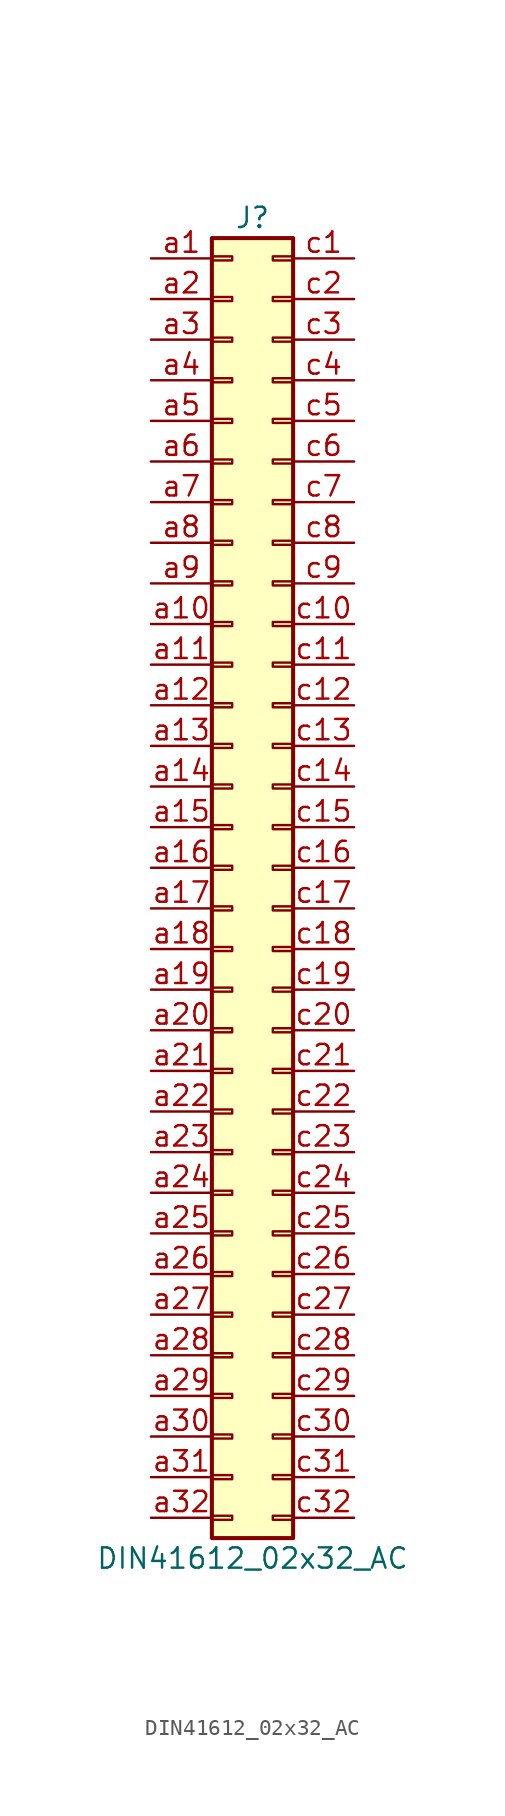
<source format=kicad_sym>
(kicad_symbol_lib
  (version 20220914)
  (generator kicad_symbol_editor)
  (symbol "DIN41612_02x32_AC"
    (pin_names
      (offset 1.016) hide)
    (property "Reference" "J"
      (at 1.27 40.64 0)
      (effects (font (size 1.27 1.27))))
    (property "Value" "DIN41612_02x32_AC"
      (at 1.27 -43.18 0)
      (effects (font (size 1.27 1.27))))
    (symbol "DIN41612_02x32_AC_1_1"
      (rectangle (start -1.27 -40.513) (end 0 -40.767) (stroke (width 0.152) (type default)) (fill (type none)))
      (rectangle (start -1.27 -37.973) (end 0 -38.227) (stroke (width 0.152) (type default)) (fill (type none)))
      (rectangle (start -1.27 -35.433) (end 0 -35.687) (stroke (width 0.152) (type default)) (fill (type none)))
      (rectangle (start -1.27 -32.893) (end 0 -33.147) (stroke (width 0.152) (type default)) (fill (type none)))
      (rectangle (start -1.27 -30.353) (end 0 -30.607) (stroke (width 0.152) (type default)) (fill (type none)))
      (rectangle (start -1.27 -27.813) (end 0 -28.067) (stroke (width 0.152) (type default)) (fill (type none)))
      (rectangle (start -1.27 -25.273) (end 0 -25.527) (stroke (width 0.152) (type default)) (fill (type none)))
      (rectangle (start -1.27 -22.733) (end 0 -22.987) (stroke (width 0.152) (type default)) (fill (type none)))
      (rectangle (start -1.27 -20.193) (end 0 -20.447) (stroke (width 0.152) (type default)) (fill (type none)))
      (rectangle (start -1.27 -17.653) (end 0 -17.907) (stroke (width 0.152) (type default)) (fill (type none)))
      (rectangle (start -1.27 -15.113) (end 0 -15.367) (stroke (width 0.152) (type default)) (fill (type none)))
      (rectangle (start -1.27 -12.573) (end 0 -12.827) (stroke (width 0.152) (type default)) (fill (type none)))
      (rectangle (start -1.27 -10.033) (end 0 -10.287) (stroke (width 0.152) (type default)) (fill (type none)))
      (rectangle (start -1.27 -7.493) (end 0 -7.747) (stroke (width 0.152) (type default)) (fill (type none)))
      (rectangle (start -1.27 -4.953) (end 0 -5.207) (stroke (width 0.152) (type default)) (fill (type none)))
      (rectangle (start -1.27 -2.413) (end 0 -2.667) (stroke (width 0.152) (type default)) (fill (type none)))
      (rectangle (start -1.27 0.127) (end 0 -0.127) (stroke (width 0.152) (type default)) (fill (type none)))
      (rectangle (start -1.27 2.667) (end 0 2.413) (stroke (width 0.152) (type default)) (fill (type none)))
      (rectangle (start -1.27 5.207) (end 0 4.953) (stroke (width 0.152) (type default)) (fill (type none)))
      (rectangle (start -1.27 7.747) (end 0 7.493) (stroke (width 0.152) (type default)) (fill (type none)))
      (rectangle (start -1.27 10.287) (end 0 10.033) (stroke (width 0.152) (type default)) (fill (type none)))
      (rectangle (start -1.27 12.827) (end 0 12.573) (stroke (width 0.152) (type default)) (fill (type none)))
      (rectangle (start -1.27 15.367) (end 0 15.113) (stroke (width 0.152) (type default)) (fill (type none)))
      (rectangle (start -1.27 17.907) (end 0 17.653) (stroke (width 0.152) (type default)) (fill (type none)))
      (rectangle (start -1.27 20.447) (end 0 20.193) (stroke (width 0.152) (type default)) (fill (type none)))
      (rectangle (start -1.27 22.987) (end 0 22.733) (stroke (width 0.152) (type default)) (fill (type none)))
      (rectangle (start -1.27 25.527) (end 0 25.273) (stroke (width 0.152) (type default)) (fill (type none)))
      (rectangle (start -1.27 28.067) (end 0 27.813) (stroke (width 0.152) (type default)) (fill (type none)))
      (rectangle (start -1.27 30.607) (end 0 30.353) (stroke (width 0.152) (type default)) (fill (type none)))
      (rectangle (start -1.27 33.147) (end 0 32.893) (stroke (width 0.152) (type default)) (fill (type none)))
      (rectangle (start -1.27 35.687) (end 0 35.433) (stroke (width 0.152) (type default)) (fill (type none)))
      (rectangle (start -1.27 38.227) (end 0 37.973) (stroke (width 0.152) (type default)) (fill (type none)))
      (rectangle (start -1.27 39.37) (end 3.81 -41.91) (stroke (width 0.254) (type default)) (fill (type background)))
      (rectangle (start 3.81 -40.513) (end 2.54 -40.767) (stroke (width 0.152) (type default)) (fill (type none)))
      (rectangle (start 3.81 -37.973) (end 2.54 -38.227) (stroke (width 0.152) (type default)) (fill (type none)))
      (rectangle (start 3.81 -35.433) (end 2.54 -35.687) (stroke (width 0.152) (type default)) (fill (type none)))
      (rectangle (start 3.81 -32.893) (end 2.54 -33.147) (stroke (width 0.152) (type default)) (fill (type none)))
      (rectangle (start 3.81 -30.353) (end 2.54 -30.607) (stroke (width 0.152) (type default)) (fill (type none)))
      (rectangle (start 3.81 -27.813) (end 2.54 -28.067) (stroke (width 0.152) (type default)) (fill (type none)))
      (rectangle (start 3.81 -25.273) (end 2.54 -25.527) (stroke (width 0.152) (type default)) (fill (type none)))
      (rectangle (start 3.81 -22.733) (end 2.54 -22.987) (stroke (width 0.152) (type default)) (fill (type none)))
      (rectangle (start 3.81 -20.193) (end 2.54 -20.447) (stroke (width 0.152) (type default)) (fill (type none)))
      (rectangle (start 3.81 -17.653) (end 2.54 -17.907) (stroke (width 0.152) (type default)) (fill (type none)))
      (rectangle (start 3.81 -15.113) (end 2.54 -15.367) (stroke (width 0.152) (type default)) (fill (type none)))
      (rectangle (start 3.81 -12.573) (end 2.54 -12.827) (stroke (width 0.152) (type default)) (fill (type none)))
      (rectangle (start 3.81 -10.033) (end 2.54 -10.287) (stroke (width 0.152) (type default)) (fill (type none)))
      (rectangle (start 3.81 -7.493) (end 2.54 -7.747) (stroke (width 0.152) (type default)) (fill (type none)))
      (rectangle (start 3.81 -4.953) (end 2.54 -5.207) (stroke (width 0.152) (type default)) (fill (type none)))
      (rectangle (start 3.81 -2.413) (end 2.54 -2.667) (stroke (width 0.152) (type default)) (fill (type none)))
      (rectangle (start 3.81 0.127) (end 2.54 -0.127) (stroke (width 0.152) (type default)) (fill (type none)))
      (rectangle (start 3.81 2.667) (end 2.54 2.413) (stroke (width 0.152) (type default)) (fill (type none)))
      (rectangle (start 3.81 5.207) (end 2.54 4.953) (stroke (width 0.152) (type default)) (fill (type none)))
      (rectangle (start 3.81 7.747) (end 2.54 7.493) (stroke (width 0.152) (type default)) (fill (type none)))
      (rectangle (start 3.81 10.287) (end 2.54 10.033) (stroke (width 0.152) (type default)) (fill (type none)))
      (rectangle (start 3.81 12.827) (end 2.54 12.573) (stroke (width 0.152) (type default)) (fill (type none)))
      (rectangle (start 3.81 15.367) (end 2.54 15.113) (stroke (width 0.152) (type default)) (fill (type none)))
      (rectangle (start 3.81 17.907) (end 2.54 17.653) (stroke (width 0.152) (type default)) (fill (type none)))
      (rectangle (start 3.81 20.447) (end 2.54 20.193) (stroke (width 0.152) (type default)) (fill (type none)))
      (rectangle (start 3.81 22.987) (end 2.54 22.733) (stroke (width 0.152) (type default)) (fill (type none)))
      (rectangle (start 3.81 25.527) (end 2.54 25.273) (stroke (width 0.152) (type default)) (fill (type none)))
      (rectangle (start 3.81 28.067) (end 2.54 27.813) (stroke (width 0.152) (type default)) (fill (type none)))
      (rectangle (start 3.81 30.607) (end 2.54 30.353) (stroke (width 0.152) (type default)) (fill (type none)))
      (rectangle (start 3.81 33.147) (end 2.54 32.893) (stroke (width 0.152) (type default)) (fill (type none)))
      (rectangle (start 3.81 35.687) (end 2.54 35.433) (stroke (width 0.152) (type default)) (fill (type none)))
      (rectangle (start 3.81 38.227) (end 2.54 37.973) (stroke (width 0.152) (type default)) (fill (type none)))
      (pin passive line (at -5.08 38.1 0) (length 3.81) (name "Pin_a1" (effects (font (size 1.27 1.27)))) (number "a1" (effects (font (size 1.27 1.27)))))
      (pin passive line (at -5.08 15.24 0) (length 3.81) (name "Pin_a10" (effects (font (size 1.27 1.27)))) (number "a10" (effects (font (size 1.27 1.27)))))
      (pin passive line (at -5.08 12.7 0) (length 3.81) (name "Pin_a11" (effects (font (size 1.27 1.27)))) (number "a11" (effects (font (size 1.27 1.27)))))
      (pin passive line (at -5.08 10.16 0) (length 3.81) (name "Pin_a12" (effects (font (size 1.27 1.27)))) (number "a12" (effects (font (size 1.27 1.27)))))
      (pin passive line (at -5.08 7.62 0) (length 3.81) (name "Pin_a13" (effects (font (size 1.27 1.27)))) (number "a13" (effects (font (size 1.27 1.27)))))
      (pin passive line (at -5.08 5.08 0) (length 3.81) (name "Pin_a14" (effects (font (size 1.27 1.27)))) (number "a14" (effects (font (size 1.27 1.27)))))
      (pin passive line (at -5.08 2.54 0) (length 3.81) (name "Pin_a15" (effects (font (size 1.27 1.27)))) (number "a15" (effects (font (size 1.27 1.27)))))
      (pin passive line (at -5.08 0 0) (length 3.81) (name "Pin_a16" (effects (font (size 1.27 1.27)))) (number "a16" (effects (font (size 1.27 1.27)))))
      (pin passive line (at -5.08 -2.54 0) (length 3.81) (name "Pin_a17" (effects (font (size 1.27 1.27)))) (number "a17" (effects (font (size 1.27 1.27)))))
      (pin passive line (at -5.08 -5.08 0) (length 3.81) (name "Pin_a18" (effects (font (size 1.27 1.27)))) (number "a18" (effects (font (size 1.27 1.27)))))
      (pin passive line (at -5.08 -7.62 0) (length 3.81) (name "Pin_a19" (effects (font (size 1.27 1.27)))) (number "a19" (effects (font (size 1.27 1.27)))))
      (pin passive line (at -5.08 35.56 0) (length 3.81) (name "Pin_a2" (effects (font (size 1.27 1.27)))) (number "a2" (effects (font (size 1.27 1.27)))))
      (pin passive line (at -5.08 -10.16 0) (length 3.81) (name "Pin_a20" (effects (font (size 1.27 1.27)))) (number "a20" (effects (font (size 1.27 1.27)))))
      (pin passive line (at -5.08 -12.7 0) (length 3.81) (name "Pin_a21" (effects (font (size 1.27 1.27)))) (number "a21" (effects (font (size 1.27 1.27)))))
      (pin passive line (at -5.08 -15.24 0) (length 3.81) (name "Pin_a22" (effects (font (size 1.27 1.27)))) (number "a22" (effects (font (size 1.27 1.27)))))
      (pin passive line (at -5.08 -17.78 0) (length 3.81) (name "Pin_a23" (effects (font (size 1.27 1.27)))) (number "a23" (effects (font (size 1.27 1.27)))))
      (pin passive line (at -5.08 -20.32 0) (length 3.81) (name "Pin_a24" (effects (font (size 1.27 1.27)))) (number "a24" (effects (font (size 1.27 1.27)))))
      (pin passive line (at -5.08 -22.86 0) (length 3.81) (name "Pin_a25" (effects (font (size 1.27 1.27)))) (number "a25" (effects (font (size 1.27 1.27)))))
      (pin passive line (at -5.08 -25.4 0) (length 3.81) (name "Pin_a26" (effects (font (size 1.27 1.27)))) (number "a26" (effects (font (size 1.27 1.27)))))
      (pin passive line (at -5.08 -27.94 0) (length 3.81) (name "Pin_a27" (effects (font (size 1.27 1.27)))) (number "a27" (effects (font (size 1.27 1.27)))))
      (pin passive line (at -5.08 -30.48 0) (length 3.81) (name "Pin_a28" (effects (font (size 1.27 1.27)))) (number "a28" (effects (font (size 1.27 1.27)))))
      (pin passive line (at -5.08 -33.02 0) (length 3.81) (name "Pin_a29" (effects (font (size 1.27 1.27)))) (number "a29" (effects (font (size 1.27 1.27)))))
      (pin passive line (at -5.08 33.02 0) (length 3.81) (name "Pin_a3" (effects (font (size 1.27 1.27)))) (number "a3" (effects (font (size 1.27 1.27)))))
      (pin passive line (at -5.08 -35.56 0) (length 3.81) (name "Pin_a30" (effects (font (size 1.27 1.27)))) (number "a30" (effects (font (size 1.27 1.27)))))
      (pin passive line (at -5.08 -38.1 0) (length 3.81) (name "Pin_a31" (effects (font (size 1.27 1.27)))) (number "a31" (effects (font (size 1.27 1.27)))))
      (pin passive line (at -5.08 -40.64 0) (length 3.81) (name "Pin_a32" (effects (font (size 1.27 1.27)))) (number "a32" (effects (font (size 1.27 1.27)))))
      (pin passive line (at -5.08 30.48 0) (length 3.81) (name "Pin_a4" (effects (font (size 1.27 1.27)))) (number "a4" (effects (font (size 1.27 1.27)))))
      (pin passive line (at -5.08 27.94 0) (length 3.81) (name "Pin_a5" (effects (font (size 1.27 1.27)))) (number "a5" (effects (font (size 1.27 1.27)))))
      (pin passive line (at -5.08 25.4 0) (length 3.81) (name "Pin_a6" (effects (font (size 1.27 1.27)))) (number "a6" (effects (font (size 1.27 1.27)))))
      (pin passive line (at -5.08 22.86 0) (length 3.81) (name "Pin_a7" (effects (font (size 1.27 1.27)))) (number "a7" (effects (font (size 1.27 1.27)))))
      (pin passive line (at -5.08 20.32 0) (length 3.81) (name "Pin_a8" (effects (font (size 1.27 1.27)))) (number "a8" (effects (font (size 1.27 1.27)))))
      (pin passive line (at -5.08 17.78 0) (length 3.81) (name "Pin_a9" (effects (font (size 1.27 1.27)))) (number "a9" (effects (font (size 1.27 1.27)))))
      (pin passive line (at 7.62 38.1 180) (length 3.81) (name "Pin_c1" (effects (font (size 1.27 1.27)))) (number "c1" (effects (font (size 1.27 1.27)))))
      (pin passive line (at 7.62 15.24 180) (length 3.81) (name "Pin_c10" (effects (font (size 1.27 1.27)))) (number "c10" (effects (font (size 1.27 1.27)))))
      (pin passive line (at 7.62 12.7 180) (length 3.81) (name "Pin_c11" (effects (font (size 1.27 1.27)))) (number "c11" (effects (font (size 1.27 1.27)))))
      (pin passive line (at 7.62 10.16 180) (length 3.81) (name "Pin_c12" (effects (font (size 1.27 1.27)))) (number "c12" (effects (font (size 1.27 1.27)))))
      (pin passive line (at 7.62 7.62 180) (length 3.81) (name "Pin_c13" (effects (font (size 1.27 1.27)))) (number "c13" (effects (font (size 1.27 1.27)))))
      (pin passive line (at 7.62 5.08 180) (length 3.81) (name "Pin_c14" (effects (font (size 1.27 1.27)))) (number "c14" (effects (font (size 1.27 1.27)))))
      (pin passive line (at 7.62 2.54 180) (length 3.81) (name "Pin_c15" (effects (font (size 1.27 1.27)))) (number "c15" (effects (font (size 1.27 1.27)))))
      (pin passive line (at 7.62 0 180) (length 3.81) (name "Pin_c16" (effects (font (size 1.27 1.27)))) (number "c16" (effects (font (size 1.27 1.27)))))
      (pin passive line (at 7.62 -2.54 180) (length 3.81) (name "Pin_c17" (effects (font (size 1.27 1.27)))) (number "c17" (effects (font (size 1.27 1.27)))))
      (pin passive line (at 7.62 -5.08 180) (length 3.81) (name "Pin_c18" (effects (font (size 1.27 1.27)))) (number "c18" (effects (font (size 1.27 1.27)))))
      (pin passive line (at 7.62 -7.62 180) (length 3.81) (name "Pin_c19" (effects (font (size 1.27 1.27)))) (number "c19" (effects (font (size 1.27 1.27)))))
      (pin passive line (at 7.62 35.56 180) (length 3.81) (name "Pin_c2" (effects (font (size 1.27 1.27)))) (number "c2" (effects (font (size 1.27 1.27)))))
      (pin passive line (at 7.62 -10.16 180) (length 3.81) (name "Pin_c20" (effects (font (size 1.27 1.27)))) (number "c20" (effects (font (size 1.27 1.27)))))
      (pin passive line (at 7.62 -12.7 180) (length 3.81) (name "Pin_c21" (effects (font (size 1.27 1.27)))) (number "c21" (effects (font (size 1.27 1.27)))))
      (pin passive line (at 7.62 -15.24 180) (length 3.81) (name "Pin_c22" (effects (font (size 1.27 1.27)))) (number "c22" (effects (font (size 1.27 1.27)))))
      (pin passive line (at 7.62 -17.78 180) (length 3.81) (name "Pin_c23" (effects (font (size 1.27 1.27)))) (number "c23" (effects (font (size 1.27 1.27)))))
      (pin passive line (at 7.62 -20.32 180) (length 3.81) (name "Pin_c24" (effects (font (size 1.27 1.27)))) (number "c24" (effects (font (size 1.27 1.27)))))
      (pin passive line (at 7.62 -22.86 180) (length 3.81) (name "Pin_c25" (effects (font (size 1.27 1.27)))) (number "c25" (effects (font (size 1.27 1.27)))))
      (pin passive line (at 7.62 -25.4 180) (length 3.81) (name "Pin_c26" (effects (font (size 1.27 1.27)))) (number "c26" (effects (font (size 1.27 1.27)))))
      (pin passive line (at 7.62 -27.94 180) (length 3.81) (name "Pin_c27" (effects (font (size 1.27 1.27)))) (number "c27" (effects (font (size 1.27 1.27)))))
      (pin passive line (at 7.62 -30.48 180) (length 3.81) (name "Pin_c28" (effects (font (size 1.27 1.27)))) (number "c28" (effects (font (size 1.27 1.27)))))
      (pin passive line (at 7.62 -33.02 180) (length 3.81) (name "Pin_c29" (effects (font (size 1.27 1.27)))) (number "c29" (effects (font (size 1.27 1.27)))))
      (pin passive line (at 7.62 33.02 180) (length 3.81) (name "Pin_c3" (effects (font (size 1.27 1.27)))) (number "c3" (effects (font (size 1.27 1.27)))))
      (pin passive line (at 7.62 -35.56 180) (length 3.81) (name "Pin_c30" (effects (font (size 1.27 1.27)))) (number "c30" (effects (font (size 1.27 1.27)))))
      (pin passive line (at 7.62 -38.1 180) (length 3.81) (name "Pin_c31" (effects (font (size 1.27 1.27)))) (number "c31" (effects (font (size 1.27 1.27)))))
      (pin passive line (at 7.62 -40.64 180) (length 3.81) (name "Pin_c32" (effects (font (size 1.27 1.27)))) (number "c32" (effects (font (size 1.27 1.27)))))
      (pin passive line (at 7.62 30.48 180) (length 3.81) (name "Pin_c4" (effects (font (size 1.27 1.27)))) (number "c4" (effects (font (size 1.27 1.27)))))
      (pin passive line (at 7.62 27.94 180) (length 3.81) (name "Pin_c5" (effects (font (size 1.27 1.27)))) (number "c5" (effects (font (size 1.27 1.27)))))
      (pin passive line (at 7.62 25.4 180) (length 3.81) (name "Pin_c6" (effects (font (size 1.27 1.27)))) (number "c6" (effects (font (size 1.27 1.27)))))
      (pin passive line (at 7.62 22.86 180) (length 3.81) (name "Pin_c7" (effects (font (size 1.27 1.27)))) (number "c7" (effects (font (size 1.27 1.27)))))
      (pin passive line (at 7.62 20.32 180) (length 3.81) (name "Pin_c8" (effects (font (size 1.27 1.27)))) (number "c8" (effects (font (size 1.27 1.27)))))
      (pin passive line (at 7.62 17.78 180) (length 3.81) (name "Pin_c9" (effects (font (size 1.27 1.27)))) (number "c9" (effects (font (size 1.27 1.27))))))))
</source>
